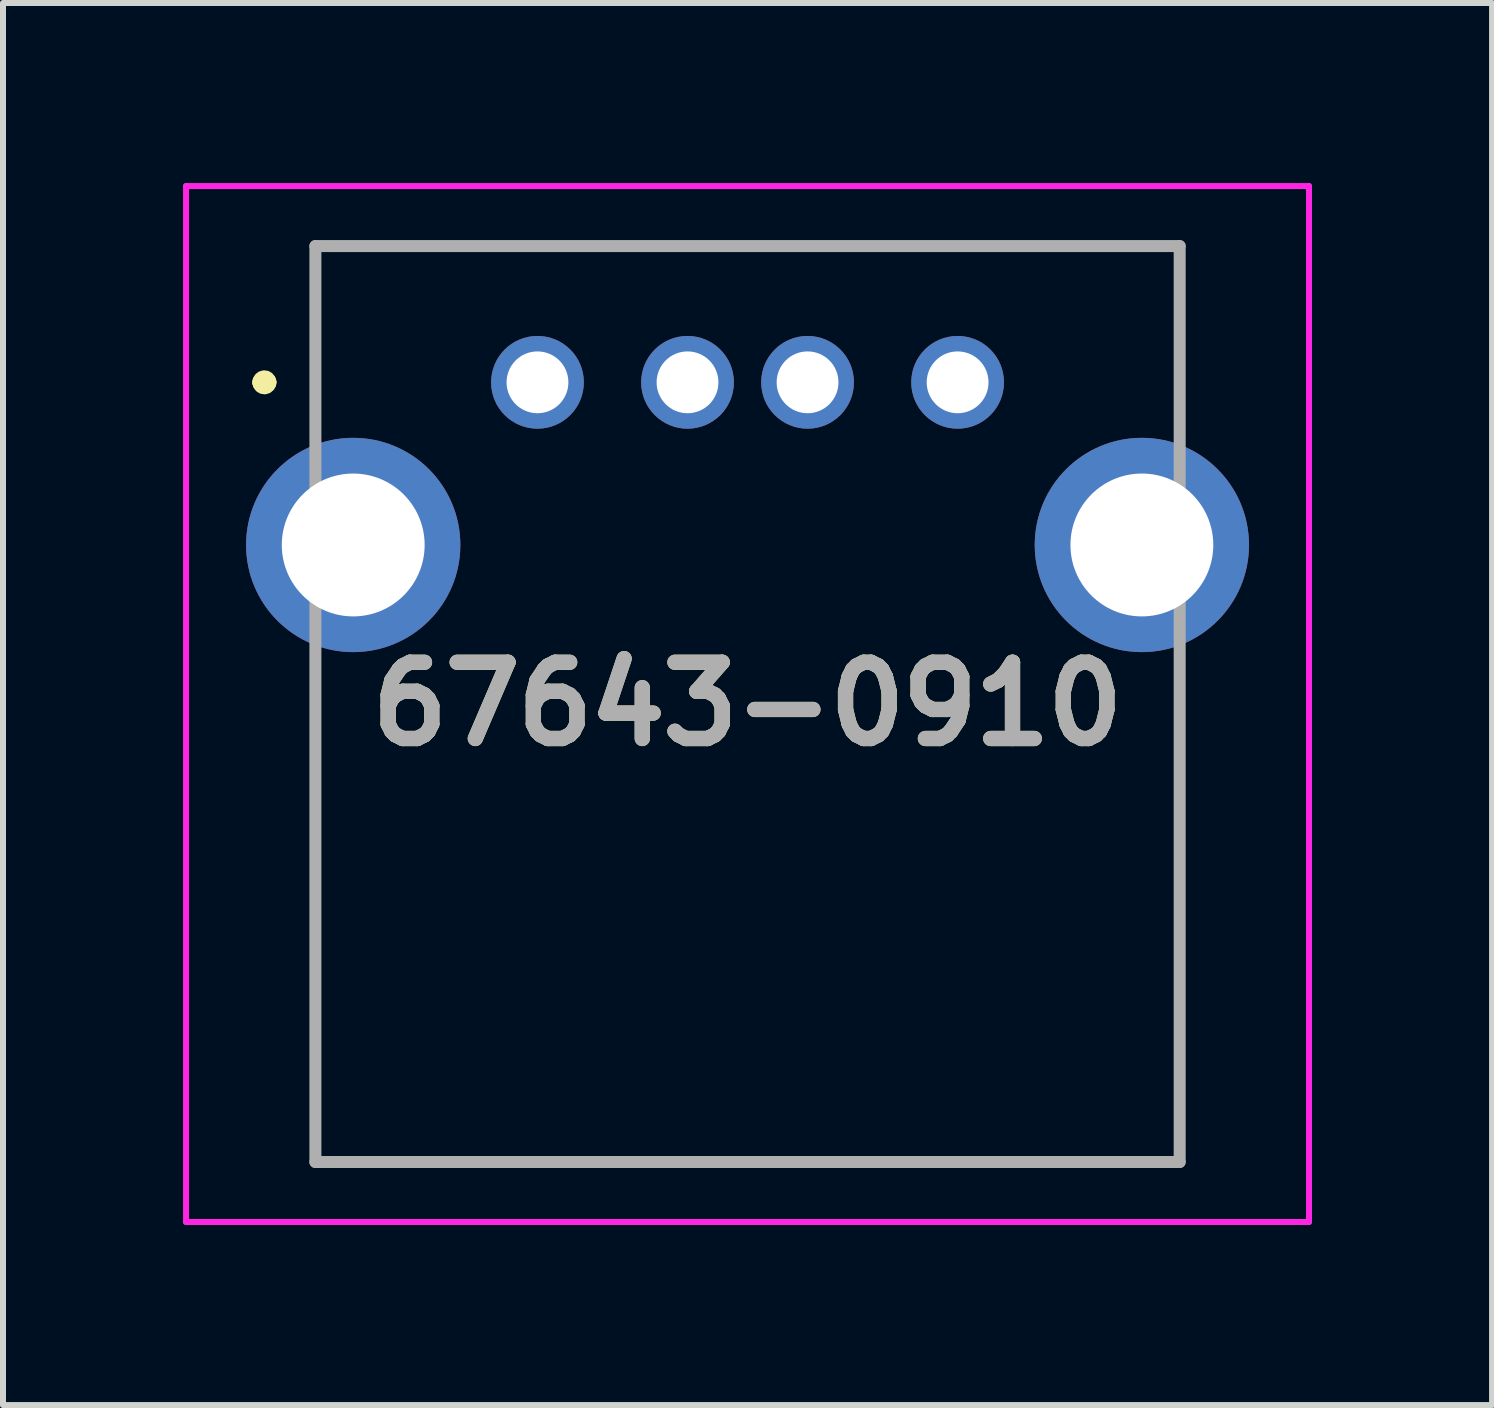
<source format=kicad_pcb>
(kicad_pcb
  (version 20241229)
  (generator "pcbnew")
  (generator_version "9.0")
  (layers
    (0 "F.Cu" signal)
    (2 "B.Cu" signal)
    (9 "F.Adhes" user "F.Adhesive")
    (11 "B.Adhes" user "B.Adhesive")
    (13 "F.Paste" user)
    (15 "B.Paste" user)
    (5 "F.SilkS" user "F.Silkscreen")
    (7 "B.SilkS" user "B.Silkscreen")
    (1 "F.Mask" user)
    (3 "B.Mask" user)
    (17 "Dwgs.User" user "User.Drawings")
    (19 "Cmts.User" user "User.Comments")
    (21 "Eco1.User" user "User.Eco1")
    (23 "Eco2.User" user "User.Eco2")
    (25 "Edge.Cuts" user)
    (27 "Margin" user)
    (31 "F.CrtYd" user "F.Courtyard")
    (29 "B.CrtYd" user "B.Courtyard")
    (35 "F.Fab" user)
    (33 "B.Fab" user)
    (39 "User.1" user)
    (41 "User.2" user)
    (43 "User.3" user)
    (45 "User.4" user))
  (footprint "67643-0910"
    (layer "F.Cu")
    (at 5.905 3.32)
    (property "Reference" "67643-0910" (at 3.5 5.36 0) (layer "F.SilkS") (effects (font (size 1.27 1.27) (thickness 0.254))))
    (attr through_hole)
    (fp_line (start -4.6 0) (end -4.6 0) (stroke (width 0.3) (type solid)) (layer "F.SilkS"))
    (fp_line (start -4.5 0) (end -4.5 0) (stroke (width 0.3) (type solid)) (layer "F.SilkS"))
    (fp_line (start -3.7 -2.27) (end 10.7 -2.27) (stroke (width 0.1) (type solid)) (layer "F.SilkS"))
    (fp_line (start -3.7 0.5) (end -3.7 -2.27) (stroke (width 0.1) (type solid)) (layer "F.SilkS"))
    (fp_line (start -3.7 5) (end -3.7 12.99) (stroke (width 0.1) (type solid)) (layer "F.SilkS"))
    (fp_line (start -3.7 12.99) (end 10.7 12.99) (stroke (width 0.1) (type solid)) (layer "F.SilkS"))
    (fp_line (start 10.7 -2.27) (end 10.7 0.5) (stroke (width 0.1) (type solid)) (layer "F.SilkS"))
    (fp_line (start 10.7 12.99) (end 10.7 5) (stroke (width 0.1) (type solid)) (layer "F.SilkS"))
    (fp_arc (start -4.6 0) (mid -4.55 -0.05) (end -4.5 0) (stroke (width 0.3) (type solid)) (layer "F.SilkS"))
    (fp_arc (start -4.5 0) (mid -4.55 0.05) (end -4.6 0) (stroke (width 0.3) (type solid)) (layer "F.SilkS"))
    (fp_line (start -5.855 -3.27) (end 12.855 -3.27) (stroke (width 0.1) (type solid)) (layer "F.CrtYd"))
    (fp_line (start -5.855 13.99) (end -5.855 -3.27) (stroke (width 0.1) (type solid)) (layer "F.CrtYd"))
    (fp_line (start 12.855 -3.27) (end 12.855 13.99) (stroke (width 0.1) (type solid)) (layer "F.CrtYd"))
    (fp_line (start 12.855 13.99) (end -5.855 13.99) (stroke (width 0.1) (type solid)) (layer "F.CrtYd"))
    (fp_line (start -3.7 -2.27) (end 10.7 -2.27) (stroke (width 0.2) (type solid)) (layer "F.Fab"))
    (fp_line (start -3.7 12.99) (end -3.7 -2.27) (stroke (width 0.2) (type solid)) (layer "F.Fab"))
    (fp_line (start 10.7 -2.27) (end 10.7 12.99) (stroke (width 0.2) (type solid)) (layer "F.Fab"))
    (fp_line (start 10.7 12.99) (end -3.7 12.99) (stroke (width 0.2) (type solid)) (layer "F.Fab"))
    (fp_text user "${REFERENCE}" (at 3.5 5.36 0) (layer "F.Fab") (effects (font (size 1.27 1.27) (thickness 0.254))))
    (pad "1" thru_hole circle (at 0 0) (size 1.545 1.545) (drill 1.03) (layers "*.Cu" "*.Mask"))
    (pad "2" thru_hole circle (at 2.5 0) (size 1.545 1.545) (drill 1.03) (layers "*.Cu" "*.Mask"))
    (pad "3" thru_hole circle (at 4.5 0) (size 1.545 1.545) (drill 1.03) (layers "*.Cu" "*.Mask"))
    (pad "4" thru_hole circle (at 7 0) (size 1.545 1.545) (drill 1.03) (layers "*.Cu" "*.Mask"))
    (pad "5" thru_hole circle (at -3.07 2.71) (size 3.57 3.57) (drill 2.38) (layers "*.Cu" "*.Mask"))
    (pad "5" thru_hole circle (at 10.07 2.71) (size 3.57 3.57) (drill 2.38) (layers "*.Cu" "*.Mask")))
  (gr_rect
    (start -3 -3)
    (end 21.81 20.36)
    (stroke (width 0.1) (type default))
    (fill no)
    (layer "Edge.Cuts")))
</source>
